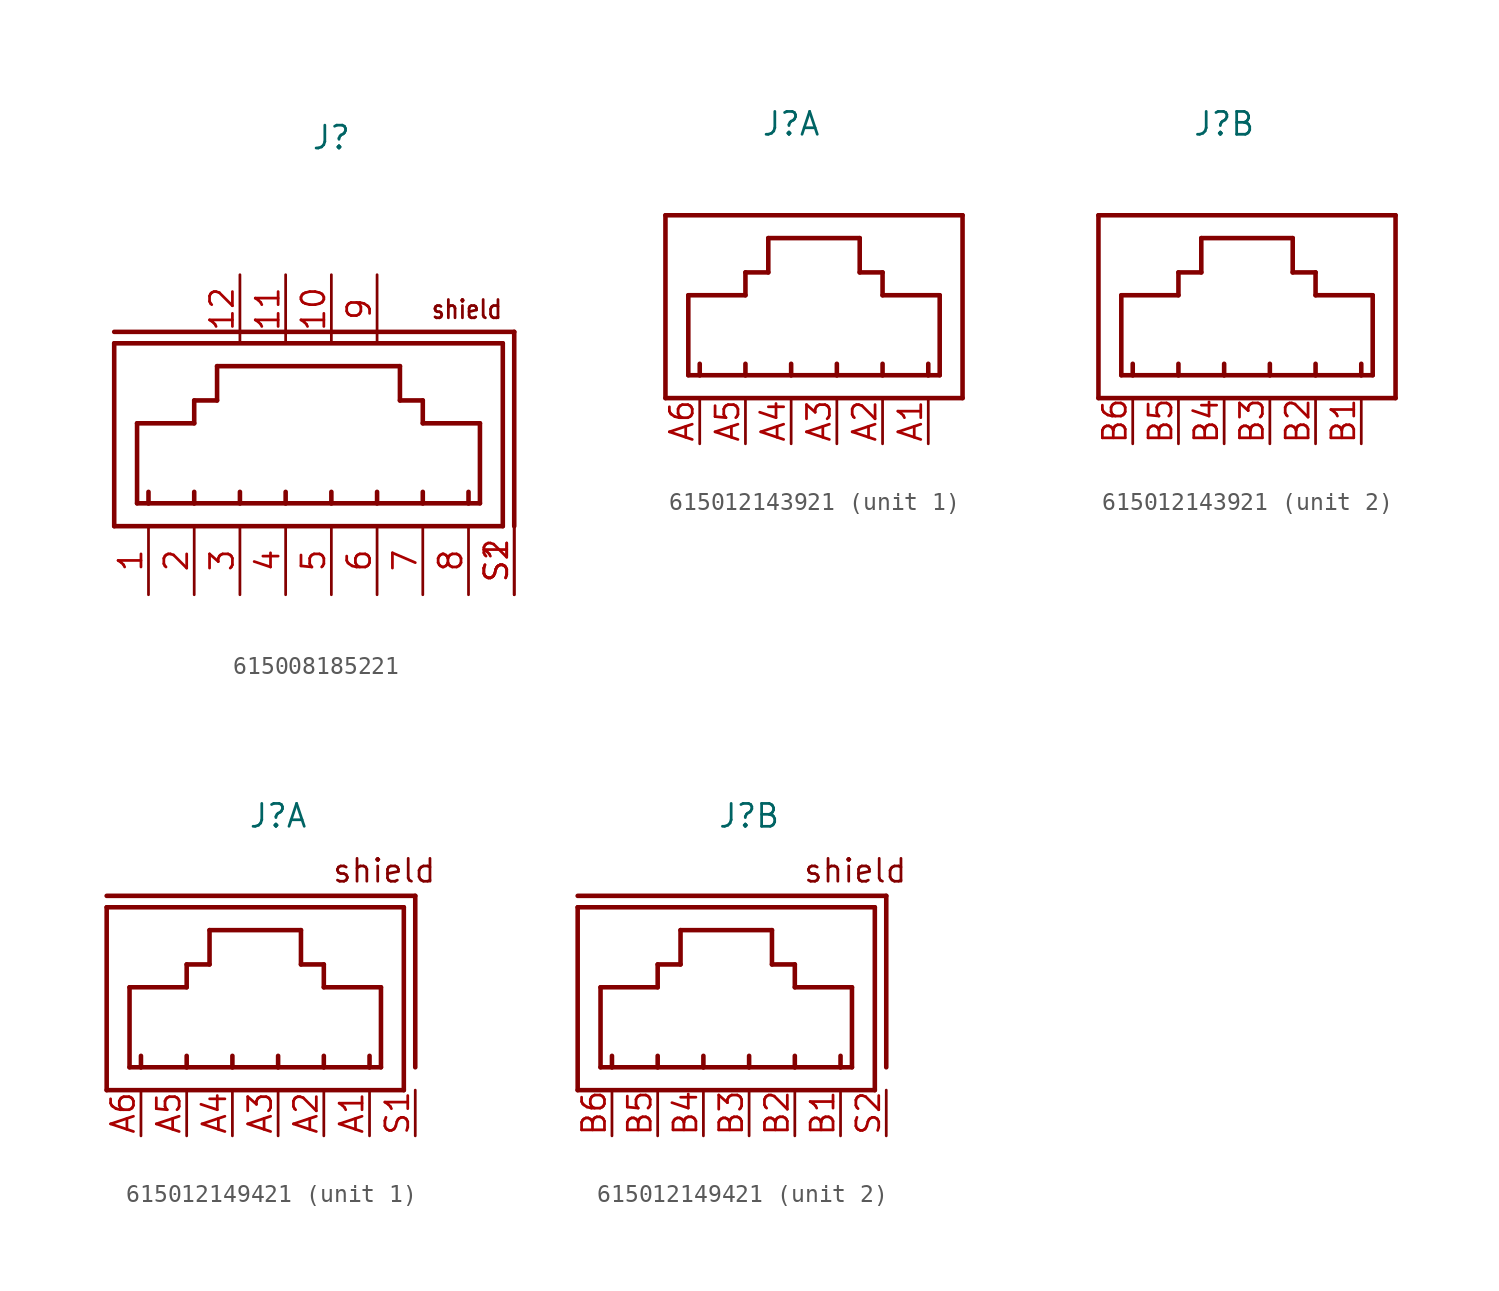
<source format=kicad_sym>
(kicad_symbol_lib
  (version 20241209)
  (generator "kicad_symbol_editor")
  (generator_version "9.0")
  (symbol "615008185221"
    (pin_names
      (hide yes))
    (property "Reference" "J"
      (at 0 16.51 0)
      (effects (font (size 1.27 1.27))))
    (symbol "615008185221_1_0"
      (polyline (pts (xy -12.065 5.715) (xy 10.16 5.715)) (stroke (width 0.254) (type solid)) (fill (type none)))
      (polyline (pts (xy -12.065 5.08) (xy 9.525 5.08)) (stroke (width 0.254) (type solid)) (fill (type none)))
      (polyline (pts (xy -12.065 -5.08) (xy -12.065 5.08)) (stroke (width 0.254) (type solid)) (fill (type none)))
      (polyline (pts (xy -10.795 0.635) (xy -7.62 0.635)) (stroke (width 0.254) (type solid)) (fill (type none)))
      (polyline (pts (xy -10.795 -3.81) (xy -10.795 0.635)) (stroke (width 0.254) (type solid)) (fill (type none)))
      (polyline (pts (xy -10.16 -3.81) (xy -10.795 -3.81)) (stroke (width 0.254) (type solid)) (fill (type none)))
      (polyline (pts (xy -10.16 -3.81) (xy -10.16 -3.175)) (stroke (width 0.254) (type solid)) (fill (type none)))
      (polyline (pts (xy -7.62 1.905) (xy -6.35 1.905)) (stroke (width 0.254) (type solid)) (fill (type none)))
      (polyline (pts (xy -7.62 0.635) (xy -7.62 1.905)) (stroke (width 0.254) (type solid)) (fill (type none)))
      (polyline (pts (xy -7.62 -3.81) (xy -10.16 -3.81)) (stroke (width 0.254) (type solid)) (fill (type none)))
      (polyline (pts (xy -7.62 -3.81) (xy -7.62 -3.175)) (stroke (width 0.254) (type solid)) (fill (type none)))
      (polyline (pts (xy -6.35 3.81) (xy 3.81 3.81)) (stroke (width 0.254) (type solid)) (fill (type none)))
      (polyline (pts (xy -6.35 1.905) (xy -6.35 3.81)) (stroke (width 0.254) (type solid)) (fill (type none)))
      (polyline (pts (xy -5.08 -3.81) (xy -7.62 -3.81)) (stroke (width 0.254) (type solid)) (fill (type none)))
      (polyline (pts (xy -5.08 -3.81) (xy -5.08 -3.175)) (stroke (width 0.254) (type solid)) (fill (type none)))
      (polyline (pts (xy -2.54 -3.81) (xy -5.08 -3.81)) (stroke (width 0.254) (type solid)) (fill (type none)))
      (polyline (pts (xy -2.54 -3.81) (xy -2.54 -3.175)) (stroke (width 0.254) (type solid)) (fill (type none)))
      (polyline (pts (xy 0 -3.81) (xy -2.54 -3.81)) (stroke (width 0.254) (type solid)) (fill (type none)))
      (polyline (pts (xy 0 -3.81) (xy 0 -3.175)) (stroke (width 0.254) (type solid)) (fill (type none)))
      (polyline (pts (xy 2.54 -3.81) (xy 0 -3.81)) (stroke (width 0.254) (type solid)) (fill (type none)))
      (polyline (pts (xy 2.54 -3.81) (xy 2.54 -3.175)) (stroke (width 0.254) (type solid)) (fill (type none)))
      (polyline (pts (xy 3.81 1.905) (xy 3.81 3.81)) (stroke (width 0.254) (type solid)) (fill (type none)))
      (polyline (pts (xy 5.08 1.905) (xy 3.81 1.905)) (stroke (width 0.254) (type solid)) (fill (type none)))
      (polyline (pts (xy 5.08 0.635) (xy 5.08 1.905)) (stroke (width 0.254) (type solid)) (fill (type none)))
      (polyline (pts (xy 5.08 -3.81) (xy 2.54 -3.81)) (stroke (width 0.254) (type solid)) (fill (type none)))
      (polyline (pts (xy 5.08 -3.81) (xy 5.08 -3.175)) (stroke (width 0.254) (type solid)) (fill (type none)))
      (polyline (pts (xy 7.62 -3.81) (xy 5.08 -3.81)) (stroke (width 0.254) (type solid)) (fill (type none)))
      (polyline (pts (xy 7.62 -3.81) (xy 7.62 -3.175)) (stroke (width 0.254) (type solid)) (fill (type none)))
      (polyline (pts (xy 8.255 0.635) (xy 5.08 0.635)) (stroke (width 0.254) (type solid)) (fill (type none)))
      (polyline (pts (xy 8.255 0.635) (xy 8.255 -3.81)) (stroke (width 0.254) (type solid)) (fill (type none)))
      (polyline (pts (xy 8.255 -3.81) (xy 7.62 -3.81)) (stroke (width 0.254) (type solid)) (fill (type none)))
      (polyline (pts (xy 9.525 5.08) (xy 9.525 -5.08)) (stroke (width 0.254) (type solid)) (fill (type none)))
      (polyline (pts (xy 9.525 -5.08) (xy -12.065 -5.08)) (stroke (width 0.254) (type solid)) (fill (type none)))
      (polyline (pts (xy 10.16 5.715) (xy 10.16 -5.08)) (stroke (width 0.254) (type solid)) (fill (type none)))
      (text "shield" (at 5.495 6.365 0) (effects (font (size 1.016 0.864)) (justify left bottom)))
      (pin passive line (at -10.16 -8.89 90) (length 3.81) (name "8" (effects (font (size 1.27 1.27)))) (number "1" (effects (font (size 1.27 1.27)))))
      (pin passive line (at -7.62 -8.89 90) (length 3.81) (name "7" (effects (font (size 1.27 1.27)))) (number "2" (effects (font (size 1.27 1.27)))))
      (pin passive line (at -5.08 8.89 270) (length 3.81) (name "Y+" (effects (font (size 1.27 1.27)))) (number "12" (effects (font (size 1.27 1.27)))))
      (pin passive line (at -5.08 -8.89 90) (length 3.81) (name "6" (effects (font (size 1.27 1.27)))) (number "3" (effects (font (size 1.27 1.27)))))
      (pin passive line (at -2.54 8.89 270) (length 3.81) (name "Y-" (effects (font (size 1.27 1.27)))) (number "11" (effects (font (size 1.27 1.27)))))
      (pin passive line (at -2.54 -8.89 90) (length 3.81) (name "5" (effects (font (size 1.27 1.27)))) (number "4" (effects (font (size 1.27 1.27)))))
      (pin passive line (at 0 8.89 270) (length 3.81) (name "G+" (effects (font (size 1.27 1.27)))) (number "10" (effects (font (size 1.27 1.27)))))
      (pin passive line (at 0 -8.89 90) (length 3.81) (name "4" (effects (font (size 1.27 1.27)))) (number "5" (effects (font (size 1.27 1.27)))))
      (pin passive line (at 2.54 8.89 270) (length 3.81) (name "G-" (effects (font (size 1.27 1.27)))) (number "9" (effects (font (size 1.27 1.27)))))
      (pin passive line (at 2.54 -8.89 90) (length 3.81) (name "3" (effects (font (size 1.27 1.27)))) (number "6" (effects (font (size 1.27 1.27)))))
      (pin passive line (at 5.08 -8.89 90) (length 3.81) (name "2" (effects (font (size 1.27 1.27)))) (number "7" (effects (font (size 1.27 1.27)))))
      (pin passive line (at 7.62 -8.89 90) (length 3.81) (name "1" (effects (font (size 1.27 1.27)))) (number "8" (effects (font (size 1.27 1.27)))))
      (pin passive line (at 10.16 -8.89 90) (length 3.81) (name "SHIELD" (effects (font (size 1.27 1.27)))) (number "S1" (effects (font (size 1.27 1.27)))))
      (pin passive line (at 10.16 -8.89 90) (length 3.81) (name "SHIELD" (effects (font (size 1.27 1.27)))) (number "S2" (effects (font (size 1.27 1.27)))))))
  (symbol "615012143921"
    (pin_names
      (hide yes))
    (property "Reference" "J"
      (at 0 10.16 0)
      (effects (font (size 1.27 1.27))))
    (property "ki_locked" ""
      (at 0 0 0)
      (effects (font (size 1.27 1.27))))
    (symbol "615012143921_1_0"
      (polyline (pts (xy -6.985 5.08) (xy 9.525 5.08)) (stroke (width 0.254) (type solid)) (fill (type none)))
      (polyline (pts (xy -6.985 -5.08) (xy -6.985 5.08)) (stroke (width 0.254) (type solid)) (fill (type none)))
      (polyline (pts (xy -5.715 0.635) (xy -2.54 0.635)) (stroke (width 0.254) (type solid)) (fill (type none)))
      (polyline (pts (xy -5.715 -3.81) (xy -5.715 0.635)) (stroke (width 0.254) (type solid)) (fill (type none)))
      (polyline (pts (xy -5.08 -3.81) (xy -5.715 -3.81)) (stroke (width 0.254) (type solid)) (fill (type none)))
      (polyline (pts (xy -5.08 -3.81) (xy -5.08 -3.175)) (stroke (width 0.254) (type solid)) (fill (type none)))
      (polyline (pts (xy -2.54 1.905) (xy -1.27 1.905)) (stroke (width 0.254) (type solid)) (fill (type none)))
      (polyline (pts (xy -2.54 0.635) (xy -2.54 1.905)) (stroke (width 0.254) (type solid)) (fill (type none)))
      (polyline (pts (xy -2.54 -3.81) (xy -5.08 -3.81)) (stroke (width 0.254) (type solid)) (fill (type none)))
      (polyline (pts (xy -2.54 -3.81) (xy -2.54 -3.175)) (stroke (width 0.254) (type solid)) (fill (type none)))
      (polyline (pts (xy -1.27 3.81) (xy 3.81 3.81)) (stroke (width 0.254) (type solid)) (fill (type none)))
      (polyline (pts (xy -1.27 1.905) (xy -1.27 3.81)) (stroke (width 0.254) (type solid)) (fill (type none)))
      (polyline (pts (xy 0 -3.81) (xy -2.54 -3.81)) (stroke (width 0.254) (type solid)) (fill (type none)))
      (polyline (pts (xy 0 -3.81) (xy 0 -3.175)) (stroke (width 0.254) (type solid)) (fill (type none)))
      (polyline (pts (xy 2.54 -3.81) (xy 0 -3.81)) (stroke (width 0.254) (type solid)) (fill (type none)))
      (polyline (pts (xy 2.54 -3.81) (xy 2.54 -3.175)) (stroke (width 0.254) (type solid)) (fill (type none)))
      (polyline (pts (xy 3.81 1.905) (xy 3.81 3.81)) (stroke (width 0.254) (type solid)) (fill (type none)))
      (polyline (pts (xy 5.08 1.905) (xy 3.81 1.905)) (stroke (width 0.254) (type solid)) (fill (type none)))
      (polyline (pts (xy 5.08 0.635) (xy 5.08 1.905)) (stroke (width 0.254) (type solid)) (fill (type none)))
      (polyline (pts (xy 5.08 -3.81) (xy 2.54 -3.81)) (stroke (width 0.254) (type solid)) (fill (type none)))
      (polyline (pts (xy 5.08 -3.81) (xy 5.08 -3.175)) (stroke (width 0.254) (type solid)) (fill (type none)))
      (polyline (pts (xy 7.62 -3.81) (xy 5.08 -3.81)) (stroke (width 0.254) (type solid)) (fill (type none)))
      (polyline (pts (xy 7.62 -3.81) (xy 7.62 -3.175)) (stroke (width 0.254) (type solid)) (fill (type none)))
      (polyline (pts (xy 8.255 0.635) (xy 5.08 0.635)) (stroke (width 0.254) (type solid)) (fill (type none)))
      (polyline (pts (xy 8.255 0.635) (xy 8.255 -3.81)) (stroke (width 0.254) (type solid)) (fill (type none)))
      (polyline (pts (xy 8.255 -3.81) (xy 7.62 -3.81)) (stroke (width 0.254) (type solid)) (fill (type none)))
      (polyline (pts (xy 9.525 5.08) (xy 9.525 -5.08)) (stroke (width 0.254) (type solid)) (fill (type none)))
      (polyline (pts (xy 9.525 -5.08) (xy -6.985 -5.08)) (stroke (width 0.254) (type solid)) (fill (type none)))
      (pin passive line (at -5.08 -7.62 90) (length 2.54) (name "6" (effects (font (size 1.27 1.27)))) (number "A6" (effects (font (size 1.27 1.27)))))
      (pin passive line (at -2.54 -7.62 90) (length 2.54) (name "5" (effects (font (size 1.27 1.27)))) (number "A5" (effects (font (size 1.27 1.27)))))
      (pin passive line (at 0 -7.62 90) (length 2.54) (name "4" (effects (font (size 1.27 1.27)))) (number "A4" (effects (font (size 1.27 1.27)))))
      (pin passive line (at 2.54 -7.62 90) (length 2.54) (name "3" (effects (font (size 1.27 1.27)))) (number "A3" (effects (font (size 1.27 1.27)))))
      (pin passive line (at 5.08 -7.62 90) (length 2.54) (name "2" (effects (font (size 1.27 1.27)))) (number "A2" (effects (font (size 1.27 1.27)))))
      (pin passive line (at 7.62 -7.62 90) (length 2.54) (name "1" (effects (font (size 1.27 1.27)))) (number "A1" (effects (font (size 1.27 1.27))))))
    (symbol "615012143921_2_0"
      (polyline (pts (xy -6.985 5.08) (xy 9.525 5.08)) (stroke (width 0.254) (type solid)) (fill (type none)))
      (polyline (pts (xy -6.985 -5.08) (xy -6.985 5.08)) (stroke (width 0.254) (type solid)) (fill (type none)))
      (polyline (pts (xy -5.715 0.635) (xy -2.54 0.635)) (stroke (width 0.254) (type solid)) (fill (type none)))
      (polyline (pts (xy -5.715 -3.81) (xy -5.715 0.635)) (stroke (width 0.254) (type solid)) (fill (type none)))
      (polyline (pts (xy -5.08 -3.81) (xy -5.715 -3.81)) (stroke (width 0.254) (type solid)) (fill (type none)))
      (polyline (pts (xy -5.08 -3.81) (xy -5.08 -3.175)) (stroke (width 0.254) (type solid)) (fill (type none)))
      (polyline (pts (xy -2.54 1.905) (xy -1.27 1.905)) (stroke (width 0.254) (type solid)) (fill (type none)))
      (polyline (pts (xy -2.54 0.635) (xy -2.54 1.905)) (stroke (width 0.254) (type solid)) (fill (type none)))
      (polyline (pts (xy -2.54 -3.81) (xy -5.08 -3.81)) (stroke (width 0.254) (type solid)) (fill (type none)))
      (polyline (pts (xy -2.54 -3.81) (xy -2.54 -3.175)) (stroke (width 0.254) (type solid)) (fill (type none)))
      (polyline (pts (xy -1.27 3.81) (xy 3.81 3.81)) (stroke (width 0.254) (type solid)) (fill (type none)))
      (polyline (pts (xy -1.27 1.905) (xy -1.27 3.81)) (stroke (width 0.254) (type solid)) (fill (type none)))
      (polyline (pts (xy 0 -3.81) (xy -2.54 -3.81)) (stroke (width 0.254) (type solid)) (fill (type none)))
      (polyline (pts (xy 0 -3.81) (xy 0 -3.175)) (stroke (width 0.254) (type solid)) (fill (type none)))
      (polyline (pts (xy 2.54 -3.81) (xy 0 -3.81)) (stroke (width 0.254) (type solid)) (fill (type none)))
      (polyline (pts (xy 2.54 -3.81) (xy 2.54 -3.175)) (stroke (width 0.254) (type solid)) (fill (type none)))
      (polyline (pts (xy 3.81 1.905) (xy 3.81 3.81)) (stroke (width 0.254) (type solid)) (fill (type none)))
      (polyline (pts (xy 5.08 1.905) (xy 3.81 1.905)) (stroke (width 0.254) (type solid)) (fill (type none)))
      (polyline (pts (xy 5.08 0.635) (xy 5.08 1.905)) (stroke (width 0.254) (type solid)) (fill (type none)))
      (polyline (pts (xy 5.08 -3.81) (xy 2.54 -3.81)) (stroke (width 0.254) (type solid)) (fill (type none)))
      (polyline (pts (xy 5.08 -3.81) (xy 5.08 -3.175)) (stroke (width 0.254) (type solid)) (fill (type none)))
      (polyline (pts (xy 7.62 -3.81) (xy 5.08 -3.81)) (stroke (width 0.254) (type solid)) (fill (type none)))
      (polyline (pts (xy 7.62 -3.81) (xy 7.62 -3.175)) (stroke (width 0.254) (type solid)) (fill (type none)))
      (polyline (pts (xy 8.255 0.635) (xy 5.08 0.635)) (stroke (width 0.254) (type solid)) (fill (type none)))
      (polyline (pts (xy 8.255 0.635) (xy 8.255 -3.81)) (stroke (width 0.254) (type solid)) (fill (type none)))
      (polyline (pts (xy 8.255 -3.81) (xy 7.62 -3.81)) (stroke (width 0.254) (type solid)) (fill (type none)))
      (polyline (pts (xy 9.525 5.08) (xy 9.525 -5.08)) (stroke (width 0.254) (type solid)) (fill (type none)))
      (polyline (pts (xy 9.525 -5.08) (xy -6.985 -5.08)) (stroke (width 0.254) (type solid)) (fill (type none)))
      (pin passive line (at -5.08 -7.62 90) (length 2.54) (name "6" (effects (font (size 1.27 1.27)))) (number "B6" (effects (font (size 1.27 1.27)))))
      (pin passive line (at -2.54 -7.62 90) (length 2.54) (name "5" (effects (font (size 1.27 1.27)))) (number "B5" (effects (font (size 1.27 1.27)))))
      (pin passive line (at 0 -7.62 90) (length 2.54) (name "4" (effects (font (size 1.27 1.27)))) (number "B4" (effects (font (size 1.27 1.27)))))
      (pin passive line (at 2.54 -7.62 90) (length 2.54) (name "3" (effects (font (size 1.27 1.27)))) (number "B3" (effects (font (size 1.27 1.27)))))
      (pin passive line (at 5.08 -7.62 90) (length 2.54) (name "2" (effects (font (size 1.27 1.27)))) (number "B2" (effects (font (size 1.27 1.27)))))
      (pin passive line (at 7.62 -7.62 90) (length 2.54) (name "1" (effects (font (size 1.27 1.27)))) (number "B1" (effects (font (size 1.27 1.27)))))))
  (symbol "615012149421"
    (pin_names
      (hide yes))
    (property "Reference" "J"
      (at 0 10.16 0)
      (effects (font (size 1.27 1.27))))
    (property "ki_locked" ""
      (at 0 0 0)
      (effects (font (size 1.27 1.27))))
    (symbol "615012149421_1_0"
      (polyline (pts (xy -9.525 5.715) (xy 7.62 5.715)) (stroke (width 0.254) (type solid)) (fill (type none)))
      (polyline (pts (xy -9.525 5.08) (xy 6.985 5.08)) (stroke (width 0.254) (type solid)) (fill (type none)))
      (polyline (pts (xy -9.525 -5.08) (xy -9.525 5.08)) (stroke (width 0.254) (type solid)) (fill (type none)))
      (polyline (pts (xy -8.255 0.635) (xy -5.08 0.635)) (stroke (width 0.254) (type solid)) (fill (type none)))
      (polyline (pts (xy -8.255 -3.81) (xy -8.255 0.635)) (stroke (width 0.254) (type solid)) (fill (type none)))
      (polyline (pts (xy -7.62 -3.81) (xy -8.255 -3.81)) (stroke (width 0.254) (type solid)) (fill (type none)))
      (polyline (pts (xy -7.62 -3.81) (xy -7.62 -3.175)) (stroke (width 0.254) (type solid)) (fill (type none)))
      (polyline (pts (xy -5.08 1.905) (xy -3.81 1.905)) (stroke (width 0.254) (type solid)) (fill (type none)))
      (polyline (pts (xy -5.08 0.635) (xy -5.08 1.905)) (stroke (width 0.254) (type solid)) (fill (type none)))
      (polyline (pts (xy -5.08 -3.81) (xy -7.62 -3.81)) (stroke (width 0.254) (type solid)) (fill (type none)))
      (polyline (pts (xy -5.08 -3.81) (xy -5.08 -3.175)) (stroke (width 0.254) (type solid)) (fill (type none)))
      (polyline (pts (xy -3.81 3.81) (xy 1.27 3.81)) (stroke (width 0.254) (type solid)) (fill (type none)))
      (polyline (pts (xy -3.81 1.905) (xy -3.81 3.81)) (stroke (width 0.254) (type solid)) (fill (type none)))
      (polyline (pts (xy -2.54 -3.81) (xy -5.08 -3.81)) (stroke (width 0.254) (type solid)) (fill (type none)))
      (polyline (pts (xy -2.54 -3.81) (xy -2.54 -3.175)) (stroke (width 0.254) (type solid)) (fill (type none)))
      (polyline (pts (xy 0 -3.81) (xy -2.54 -3.81)) (stroke (width 0.254) (type solid)) (fill (type none)))
      (polyline (pts (xy 0 -3.81) (xy 0 -3.175)) (stroke (width 0.254) (type solid)) (fill (type none)))
      (polyline (pts (xy 1.27 1.905) (xy 1.27 3.81)) (stroke (width 0.254) (type solid)) (fill (type none)))
      (polyline (pts (xy 2.54 1.905) (xy 1.27 1.905)) (stroke (width 0.254) (type solid)) (fill (type none)))
      (polyline (pts (xy 2.54 0.635) (xy 2.54 1.905)) (stroke (width 0.254) (type solid)) (fill (type none)))
      (polyline (pts (xy 2.54 -3.81) (xy 0 -3.81)) (stroke (width 0.254) (type solid)) (fill (type none)))
      (polyline (pts (xy 2.54 -3.81) (xy 2.54 -3.175)) (stroke (width 0.254) (type solid)) (fill (type none)))
      (polyline (pts (xy 5.08 -3.81) (xy 2.54 -3.81)) (stroke (width 0.254) (type solid)) (fill (type none)))
      (polyline (pts (xy 5.08 -3.81) (xy 5.08 -3.175)) (stroke (width 0.254) (type solid)) (fill (type none)))
      (polyline (pts (xy 5.715 0.635) (xy 2.54 0.635)) (stroke (width 0.254) (type solid)) (fill (type none)))
      (polyline (pts (xy 5.715 0.635) (xy 5.715 -3.81)) (stroke (width 0.254) (type solid)) (fill (type none)))
      (polyline (pts (xy 5.715 -3.81) (xy 5.08 -3.81)) (stroke (width 0.254) (type solid)) (fill (type none)))
      (polyline (pts (xy 6.985 5.08) (xy 6.985 -5.08)) (stroke (width 0.254) (type solid)) (fill (type none)))
      (polyline (pts (xy 6.985 -5.08) (xy -9.525 -5.08)) (stroke (width 0.254) (type solid)) (fill (type none)))
      (polyline (pts (xy 7.62 5.715) (xy 7.62 -3.81)) (stroke (width 0.254) (type solid)) (fill (type none)))
      (text "shield" (at 2.955 6.365 0) (effects (font (size 1.27 1.27)) (justify left bottom)))
      (pin passive line (at -7.62 -7.62 90) (length 2.54) (name "6" (effects (font (size 1.27 1.27)))) (number "A6" (effects (font (size 1.27 1.27)))))
      (pin passive line (at -5.08 -7.62 90) (length 2.54) (name "5" (effects (font (size 1.27 1.27)))) (number "A5" (effects (font (size 1.27 1.27)))))
      (pin passive line (at -2.54 -7.62 90) (length 2.54) (name "4" (effects (font (size 1.27 1.27)))) (number "A4" (effects (font (size 1.27 1.27)))))
      (pin passive line (at 0 -7.62 90) (length 2.54) (name "3" (effects (font (size 1.27 1.27)))) (number "A3" (effects (font (size 1.27 1.27)))))
      (pin passive line (at 2.54 -7.62 90) (length 2.54) (name "2" (effects (font (size 1.27 1.27)))) (number "A2" (effects (font (size 1.27 1.27)))))
      (pin passive line (at 5.08 -7.62 90) (length 2.54) (name "1" (effects (font (size 1.27 1.27)))) (number "A1" (effects (font (size 1.27 1.27)))))
      (pin passive line (at 7.62 -7.62 90) (length 2.54) (name "SHIELD" (effects (font (size 1.27 1.27)))) (number "S1" (effects (font (size 1.27 1.27))))))
    (symbol "615012149421_2_0"
      (polyline (pts (xy -9.525 5.715) (xy 7.62 5.715)) (stroke (width 0.254) (type solid)) (fill (type none)))
      (polyline (pts (xy -9.525 5.08) (xy 6.985 5.08)) (stroke (width 0.254) (type solid)) (fill (type none)))
      (polyline (pts (xy -9.525 -5.08) (xy -9.525 5.08)) (stroke (width 0.254) (type solid)) (fill (type none)))
      (polyline (pts (xy -8.255 0.635) (xy -5.08 0.635)) (stroke (width 0.254) (type solid)) (fill (type none)))
      (polyline (pts (xy -8.255 -3.81) (xy -8.255 0.635)) (stroke (width 0.254) (type solid)) (fill (type none)))
      (polyline (pts (xy -7.62 -3.81) (xy -8.255 -3.81)) (stroke (width 0.254) (type solid)) (fill (type none)))
      (polyline (pts (xy -7.62 -3.81) (xy -7.62 -3.175)) (stroke (width 0.254) (type solid)) (fill (type none)))
      (polyline (pts (xy -5.08 1.905) (xy -3.81 1.905)) (stroke (width 0.254) (type solid)) (fill (type none)))
      (polyline (pts (xy -5.08 0.635) (xy -5.08 1.905)) (stroke (width 0.254) (type solid)) (fill (type none)))
      (polyline (pts (xy -5.08 -3.81) (xy -7.62 -3.81)) (stroke (width 0.254) (type solid)) (fill (type none)))
      (polyline (pts (xy -5.08 -3.81) (xy -5.08 -3.175)) (stroke (width 0.254) (type solid)) (fill (type none)))
      (polyline (pts (xy -3.81 3.81) (xy 1.27 3.81)) (stroke (width 0.254) (type solid)) (fill (type none)))
      (polyline (pts (xy -3.81 1.905) (xy -3.81 3.81)) (stroke (width 0.254) (type solid)) (fill (type none)))
      (polyline (pts (xy -2.54 -3.81) (xy -5.08 -3.81)) (stroke (width 0.254) (type solid)) (fill (type none)))
      (polyline (pts (xy -2.54 -3.81) (xy -2.54 -3.175)) (stroke (width 0.254) (type solid)) (fill (type none)))
      (polyline (pts (xy 0 -3.81) (xy -2.54 -3.81)) (stroke (width 0.254) (type solid)) (fill (type none)))
      (polyline (pts (xy 0 -3.81) (xy 0 -3.175)) (stroke (width 0.254) (type solid)) (fill (type none)))
      (polyline (pts (xy 1.27 1.905) (xy 1.27 3.81)) (stroke (width 0.254) (type solid)) (fill (type none)))
      (polyline (pts (xy 2.54 1.905) (xy 1.27 1.905)) (stroke (width 0.254) (type solid)) (fill (type none)))
      (polyline (pts (xy 2.54 0.635) (xy 2.54 1.905)) (stroke (width 0.254) (type solid)) (fill (type none)))
      (polyline (pts (xy 2.54 -3.81) (xy 0 -3.81)) (stroke (width 0.254) (type solid)) (fill (type none)))
      (polyline (pts (xy 2.54 -3.81) (xy 2.54 -3.175)) (stroke (width 0.254) (type solid)) (fill (type none)))
      (polyline (pts (xy 5.08 -3.81) (xy 2.54 -3.81)) (stroke (width 0.254) (type solid)) (fill (type none)))
      (polyline (pts (xy 5.08 -3.81) (xy 5.08 -3.175)) (stroke (width 0.254) (type solid)) (fill (type none)))
      (polyline (pts (xy 5.715 0.635) (xy 2.54 0.635)) (stroke (width 0.254) (type solid)) (fill (type none)))
      (polyline (pts (xy 5.715 0.635) (xy 5.715 -3.81)) (stroke (width 0.254) (type solid)) (fill (type none)))
      (polyline (pts (xy 5.715 -3.81) (xy 5.08 -3.81)) (stroke (width 0.254) (type solid)) (fill (type none)))
      (polyline (pts (xy 6.985 5.08) (xy 6.985 -5.08)) (stroke (width 0.254) (type solid)) (fill (type none)))
      (polyline (pts (xy 6.985 -5.08) (xy -9.525 -5.08)) (stroke (width 0.254) (type solid)) (fill (type none)))
      (polyline (pts (xy 7.62 5.715) (xy 7.62 -3.81)) (stroke (width 0.254) (type solid)) (fill (type none)))
      (text "shield" (at 2.955 6.365 0) (effects (font (size 1.27 1.27)) (justify left bottom)))
      (pin passive line (at -7.62 -7.62 90) (length 2.54) (name "6" (effects (font (size 1.27 1.27)))) (number "B6" (effects (font (size 1.27 1.27)))))
      (pin passive line (at -5.08 -7.62 90) (length 2.54) (name "5" (effects (font (size 1.27 1.27)))) (number "B5" (effects (font (size 1.27 1.27)))))
      (pin passive line (at -2.54 -7.62 90) (length 2.54) (name "4" (effects (font (size 1.27 1.27)))) (number "B4" (effects (font (size 1.27 1.27)))))
      (pin passive line (at 0 -7.62 90) (length 2.54) (name "3" (effects (font (size 1.27 1.27)))) (number "B3" (effects (font (size 1.27 1.27)))))
      (pin passive line (at 2.54 -7.62 90) (length 2.54) (name "2" (effects (font (size 1.27 1.27)))) (number "B2" (effects (font (size 1.27 1.27)))))
      (pin passive line (at 5.08 -7.62 90) (length 2.54) (name "1" (effects (font (size 1.27 1.27)))) (number "B1" (effects (font (size 1.27 1.27)))))
      (pin passive line (at 7.62 -7.62 90) (length 2.54) (name "SHIELD" (effects (font (size 1.27 1.27)))) (number "S2" (effects (font (size 1.27 1.27))))))))
</source>
